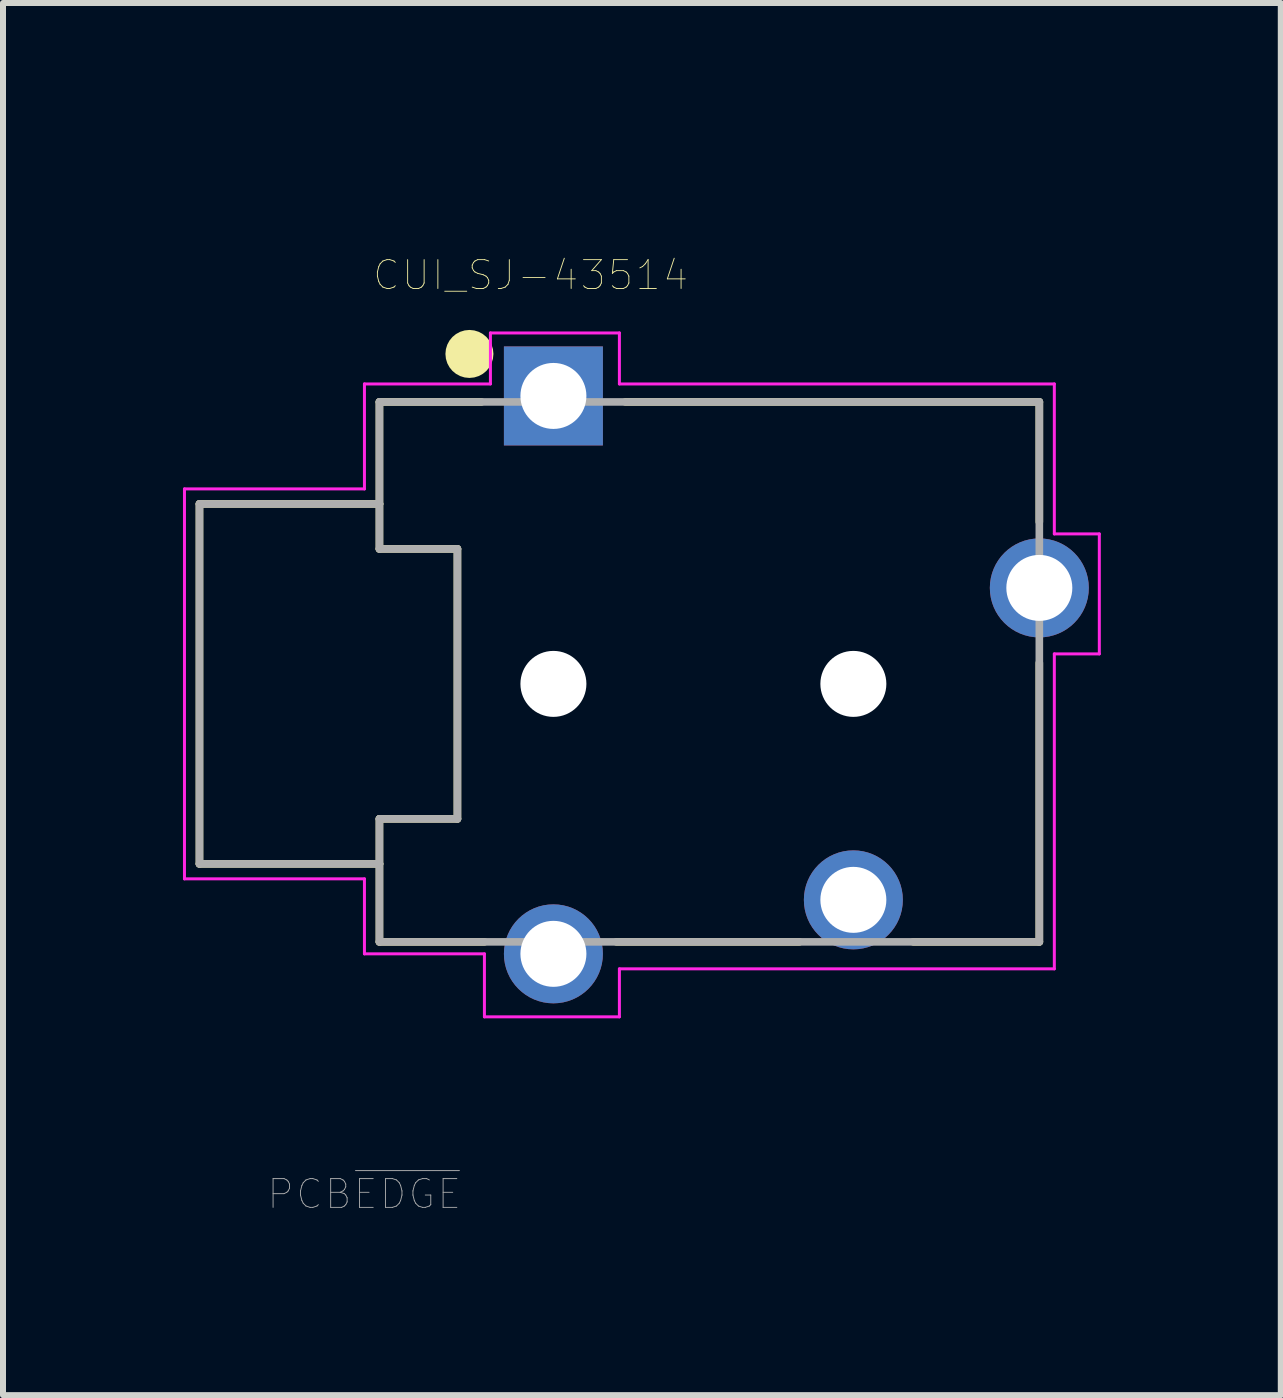
<source format=kicad_pcb>
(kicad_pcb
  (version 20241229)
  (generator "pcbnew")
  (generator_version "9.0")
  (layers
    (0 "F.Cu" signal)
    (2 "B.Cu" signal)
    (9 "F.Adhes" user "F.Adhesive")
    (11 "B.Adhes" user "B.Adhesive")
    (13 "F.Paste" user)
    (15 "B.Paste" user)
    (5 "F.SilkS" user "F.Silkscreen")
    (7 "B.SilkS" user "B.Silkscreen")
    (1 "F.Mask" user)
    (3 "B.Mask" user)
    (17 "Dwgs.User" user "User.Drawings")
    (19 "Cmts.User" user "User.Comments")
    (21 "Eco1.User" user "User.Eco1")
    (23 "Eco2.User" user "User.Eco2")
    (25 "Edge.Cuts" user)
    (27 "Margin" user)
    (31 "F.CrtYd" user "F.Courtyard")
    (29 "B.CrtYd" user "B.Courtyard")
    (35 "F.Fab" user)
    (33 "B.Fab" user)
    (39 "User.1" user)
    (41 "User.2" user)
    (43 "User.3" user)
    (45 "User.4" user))
  (footprint "CUI_SJ-43514"
    (layer "F.Cu")
    (at 8.775 8.35)
    (property "Reference" "CUI_SJ-43514" (at -2.98 -6.813 0) (layer "F.SilkS") (effects (font (size 0.481 0.481) (thickness 0.015))))
    (attr through_hole)
    (fp_line (start -8.5 -3) (end -5.5 -3) (stroke (width 0.127) (type solid)) (layer "F.SilkS"))
    (fp_line (start -8.5 3) (end -8.5 -3) (stroke (width 0.127) (type solid)) (layer "F.SilkS"))
    (fp_line (start -5.5 -4.7) (end -5.5 -3) (stroke (width 0.127) (type solid)) (layer "F.SilkS"))
    (fp_line (start -5.5 -3) (end -5.5 -2.25) (stroke (width 0.127) (type solid)) (layer "F.SilkS"))
    (fp_line (start -5.5 -2.25) (end -4.2 -2.25) (stroke (width 0.127) (type solid)) (layer "F.SilkS"))
    (fp_line (start -5.5 2.25) (end -5.5 3) (stroke (width 0.127) (type solid)) (layer "F.SilkS"))
    (fp_line (start -5.5 3) (end -8.5 3) (stroke (width 0.127) (type solid)) (layer "F.SilkS"))
    (fp_line (start -5.5 3) (end -5.5 4.3) (stroke (width 0.127) (type solid)) (layer "F.SilkS"))
    (fp_line (start -5.5 4.3) (end -3.75 4.3) (stroke (width 0.127) (type solid)) (layer "F.SilkS"))
    (fp_line (start -4.2 -2.25) (end -4.2 2.25) (stroke (width 0.127) (type solid)) (layer "F.SilkS"))
    (fp_line (start -4.2 2.25) (end -5.5 2.25) (stroke (width 0.127) (type solid)) (layer "F.SilkS"))
    (fp_line (start -3.8 -4.7) (end -5.5 -4.7) (stroke (width 0.127) (type solid)) (layer "F.SilkS"))
    (fp_line (start -1.4 -4.7) (end 5.5 -4.7) (stroke (width 0.127) (type solid)) (layer "F.SilkS"))
    (fp_line (start 1.5 4.3) (end -1.55 4.3) (stroke (width 0.127) (type solid)) (layer "F.SilkS"))
    (fp_line (start 5.5 -4.7) (end 5.5 -2.7) (stroke (width 0.127) (type solid)) (layer "F.SilkS"))
    (fp_line (start 5.5 -0.35) (end 5.5 4.3) (stroke (width 0.127) (type solid)) (layer "F.SilkS"))
    (fp_line (start 5.5 4.3) (end 3.4 4.3) (stroke (width 0.127) (type solid)) (layer "F.SilkS"))
    (fp_circle (center -4 -5.5) (end -3.8 -5.5) (stroke (width 0.4) (type solid)) (fill no) (layer "F.SilkS"))
    (fp_line (start -5.5 -8.35) (end -5.5 -2.25) (stroke (width 0.0001) (type solid)) (layer "Edge.Cuts"))
    (fp_line (start -5.5 -2.25) (end -4.2 -2.25) (stroke (width 0.0001) (type solid)) (layer "Edge.Cuts"))
    (fp_line (start -5.5 2.25) (end -5.5 8.85) (stroke (width 0.0001) (type solid)) (layer "Edge.Cuts"))
    (fp_line (start -4.2 -2.25) (end -4.2 2.25) (stroke (width 0.0001) (type solid)) (layer "Edge.Cuts"))
    (fp_line (start -4.2 2.25) (end -5.5 2.25) (stroke (width 0.0001) (type solid)) (layer "Edge.Cuts"))
    (fp_line (start -8.75 -3.25) (end -5.75 -3.25) (stroke (width 0.05) (type solid)) (layer "F.CrtYd"))
    (fp_line (start -8.75 3.25) (end -8.75 -3.25) (stroke (width 0.05) (type solid)) (layer "F.CrtYd"))
    (fp_line (start -5.75 -5) (end -3.65 -5) (stroke (width 0.05) (type solid)) (layer "F.CrtYd"))
    (fp_line (start -5.75 -3.25) (end -5.75 -5) (stroke (width 0.05) (type solid)) (layer "F.CrtYd"))
    (fp_line (start -5.75 3.25) (end -8.75 3.25) (stroke (width 0.05) (type solid)) (layer "F.CrtYd"))
    (fp_line (start -5.75 4.5) (end -5.75 3.25) (stroke (width 0.05) (type solid)) (layer "F.CrtYd"))
    (fp_line (start -3.75 4.5) (end -5.75 4.5) (stroke (width 0.05) (type solid)) (layer "F.CrtYd"))
    (fp_line (start -3.75 5.55) (end -3.75 4.5) (stroke (width 0.05) (type solid)) (layer "F.CrtYd"))
    (fp_line (start -3.65 -5.85) (end -1.5 -5.85) (stroke (width 0.05) (type solid)) (layer "F.CrtYd"))
    (fp_line (start -3.65 -5) (end -3.65 -5.85) (stroke (width 0.05) (type solid)) (layer "F.CrtYd"))
    (fp_line (start -1.5 -5.85) (end -1.5 -5) (stroke (width 0.05) (type solid)) (layer "F.CrtYd"))
    (fp_line (start -1.5 -5) (end 5.75 -5) (stroke (width 0.05) (type solid)) (layer "F.CrtYd"))
    (fp_line (start -1.5 4.75) (end -1.5 5.55) (stroke (width 0.05) (type solid)) (layer "F.CrtYd"))
    (fp_line (start -1.5 5.55) (end -3.75 5.55) (stroke (width 0.05) (type solid)) (layer "F.CrtYd"))
    (fp_line (start 5.75 -5) (end 5.75 -2.5) (stroke (width 0.05) (type solid)) (layer "F.CrtYd"))
    (fp_line (start 5.75 -2.5) (end 6.5 -2.5) (stroke (width 0.05) (type solid)) (layer "F.CrtYd"))
    (fp_line (start 5.75 -0.5) (end 5.75 4.75) (stroke (width 0.05) (type solid)) (layer "F.CrtYd"))
    (fp_line (start 5.75 4.75) (end -1.5 4.75) (stroke (width 0.05) (type solid)) (layer "F.CrtYd"))
    (fp_line (start 6.5 -2.5) (end 6.5 -0.5) (stroke (width 0.05) (type solid)) (layer "F.CrtYd"))
    (fp_line (start 6.5 -0.5) (end 5.75 -0.5) (stroke (width 0.05) (type solid)) (layer "F.CrtYd"))
    (fp_line (start -8.5 -3) (end -8.5 3) (stroke (width 0.127) (type solid)) (layer "F.Fab"))
    (fp_line (start -8.5 3) (end -5.5 3) (stroke (width 0.127) (type solid)) (layer "F.Fab"))
    (fp_line (start -5.5 -4.7) (end -5.5 -3) (stroke (width 0.127) (type solid)) (layer "F.Fab"))
    (fp_line (start -5.5 -4.7) (end 5.5 -4.7) (stroke (width 0.127) (type solid)) (layer "F.Fab"))
    (fp_line (start -5.5 -3) (end -8.5 -3) (stroke (width 0.127) (type solid)) (layer "F.Fab"))
    (fp_line (start -5.5 -3) (end -5.5 -2.25) (stroke (width 0.127) (type solid)) (layer "F.Fab"))
    (fp_line (start -5.5 -2.25) (end -4.2 -2.25) (stroke (width 0.127) (type solid)) (layer "F.Fab"))
    (fp_line (start -5.5 2.25) (end -5.5 3) (stroke (width 0.127) (type solid)) (layer "F.Fab"))
    (fp_line (start -5.5 3) (end -5.5 4.3) (stroke (width 0.127) (type solid)) (layer "F.Fab"))
    (fp_line (start -5.5 4.3) (end 5.5 4.3) (stroke (width 0.127) (type solid)) (layer "F.Fab"))
    (fp_line (start -4.2 -2.25) (end -4.2 2.25) (stroke (width 0.127) (type solid)) (layer "F.Fab"))
    (fp_line (start -4.2 2.25) (end -5.5 2.25) (stroke (width 0.127) (type solid)) (layer "F.Fab"))
    (fp_line (start 5.5 -4.7) (end 5.5 4.3) (stroke (width 0.127) (type solid)) (layer "F.Fab"))
    (fp_text user "PCB~{EDGE}" (at -5.753 8.505 0) (layer "F.Fab") (effects (font (size 0.48 0.48) (thickness 0.015))))
    (pad "" np_thru_hole circle (at -2.6 0) (size 1.1 1.1) (drill 1.1) (layers "*.Cu" "*.Mask"))
    (pad "" np_thru_hole circle (at 2.4 0) (size 1.1 1.1) (drill 1.1) (layers "*.Cu" "*.Mask"))
    (pad "1" thru_hole rect (at -2.6 -4.8) (size 1.65 1.65) (drill 1.1) (layers "*.Cu" "*.Mask"))
    (pad "2" thru_hole circle (at 2.4 3.6) (size 1.65 1.65) (drill 1.1) (layers "*.Cu" "*.Mask"))
    (pad "3" thru_hole circle (at 5.5 -1.6) (size 1.65 1.65) (drill 1.1) (layers "*.Cu" "*.Mask"))
    (pad "4" thru_hole circle (at -2.6 4.5) (size 1.65 1.65) (drill 1.1) (layers "*.Cu" "*.Mask")))
  (gr_rect
    (start -3 -3)
    (end 18.3 20.206)
    (stroke (width 0.1) (type default))
    (fill no)
    (layer "Edge.Cuts")))
</source>
